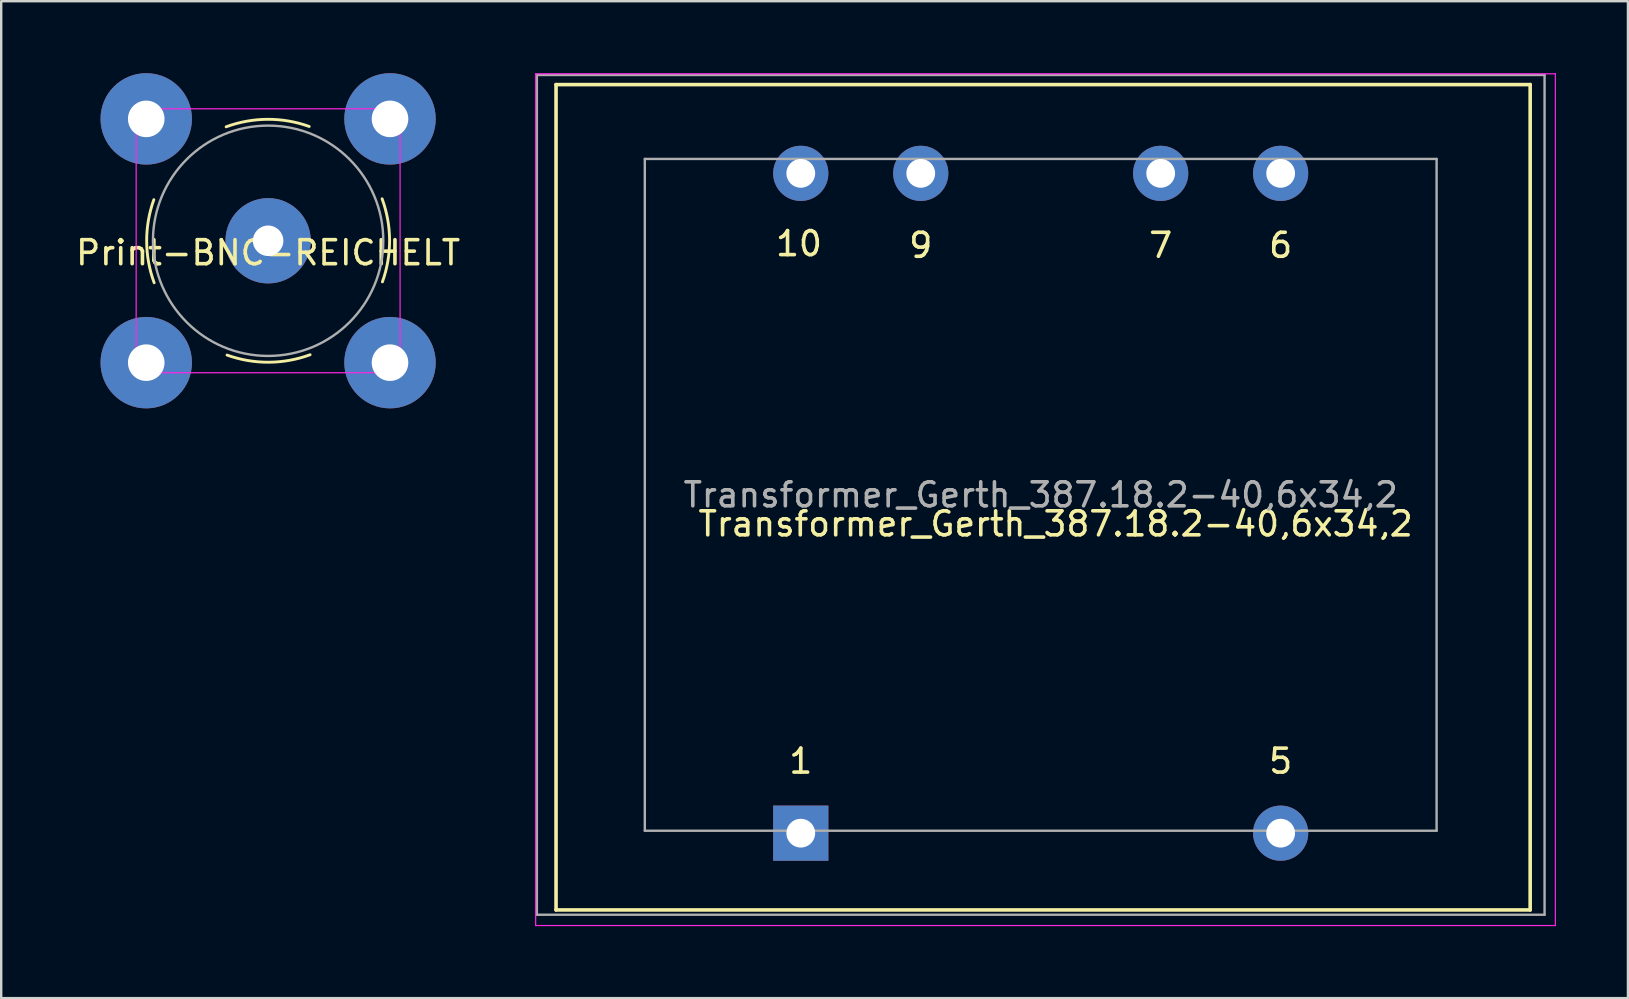
<source format=kicad_pcb>
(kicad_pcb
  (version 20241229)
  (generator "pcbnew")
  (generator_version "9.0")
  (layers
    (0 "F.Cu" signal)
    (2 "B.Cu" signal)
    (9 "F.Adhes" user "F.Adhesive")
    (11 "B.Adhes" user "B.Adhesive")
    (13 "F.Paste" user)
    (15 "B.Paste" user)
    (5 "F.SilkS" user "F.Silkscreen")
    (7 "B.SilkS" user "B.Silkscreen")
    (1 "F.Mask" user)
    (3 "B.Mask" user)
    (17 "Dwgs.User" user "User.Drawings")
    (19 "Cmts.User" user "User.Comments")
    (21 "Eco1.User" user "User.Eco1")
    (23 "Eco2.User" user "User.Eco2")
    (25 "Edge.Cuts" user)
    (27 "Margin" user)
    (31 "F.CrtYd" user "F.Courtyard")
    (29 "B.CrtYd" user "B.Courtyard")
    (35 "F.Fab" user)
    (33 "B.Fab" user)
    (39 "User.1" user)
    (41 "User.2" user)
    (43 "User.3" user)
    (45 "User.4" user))
  (footprint "Print-BNC-REICHELT"
    (layer "F.Cu")
    (at 8.125 6.985)
    (property "Reference" "Print-BNC-REICHELT" (at 0 0.5 0) (layer "F.SilkS") (effects (font (size 1 1) (thickness 0.15))))
    (attr through_hole)
    (fp_arc (start -4.75 1.75) (mid -5.062075 0.019867) (end -4.763589 -1.712663) (stroke (width 0.12) (type solid)) (layer "F.SilkS"))
    (fp_arc (start -1.75 -4.75) (mid -0.019867 -5.062075) (end 1.712663 -4.763589) (stroke (width 0.12) (type solid)) (layer "F.SilkS"))
    (fp_arc (start 1.75 4.75) (mid 0.019867 5.062075) (end -1.712663 4.763589) (stroke (width 0.12) (type solid)) (layer "F.SilkS"))
    (fp_arc (start 4.75 -1.75) (mid 5.062075 -0.019867) (end 4.763589 1.712663) (stroke (width 0.12) (type solid)) (layer "F.SilkS"))
    (fp_line (start -5.5 -5.5) (end 5.5 -5.5) (stroke (width 0.05) (type solid)) (layer "F.CrtYd"))
    (fp_line (start -5.5 5.5) (end -5.5 -5.5) (stroke (width 0.05) (type solid)) (layer "F.CrtYd"))
    (fp_line (start 5.5 -5.5) (end 5.5 5.5) (stroke (width 0.05) (type solid)) (layer "F.CrtYd"))
    (fp_line (start 5.5 5.5) (end -5.5 5.5) (stroke (width 0.05) (type solid)) (layer "F.CrtYd"))
    (fp_circle (center 0 0) (end 4.8 0) (stroke (width 0.1) (type solid)) (fill no) (layer "F.Fab"))
    (pad "1" thru_hole circle (at 0 0) (size 3.556 3.556) (drill 1.27) (layers "*.Cu" "*.Mask"))
    (pad "2" thru_hole circle (at -5.08 -5.08) (size 3.81 3.81) (drill 1.524) (layers "*.Cu" "*.Mask"))
    (pad "2" thru_hole circle (at -5.08 5.08) (size 3.81 3.81) (drill 1.524) (layers "*.Cu" "*.Mask"))
    (pad "2" thru_hole circle (at 5.08 -5.08) (size 3.81 3.81) (drill 1.524) (layers "*.Cu" "*.Mask"))
    (pad "2" thru_hole circle (at 5.08 5.08) (size 3.81 3.81) (drill 1.524) (layers "*.Cu" "*.Mask")))
  (footprint "Transformer_Gerth_387.18.2-40,6x34,2"
    (layer "F.Cu")
    (at 30.325 31.675)
    (property "Reference" "Transformer_Gerth_387.18.2-40,6x34,2" (at 10.622 -12.89 0) (layer "F.SilkS") (effects (font (size 1 1) (thickness 0.15))))
    (attr through_hole)
    (fp_line (start -10.2 -31.2) (end 30.4 -31.2) (stroke (width 0.15) (type solid)) (layer "F.SilkS"))
    (fp_line (start -10.2 3.2) (end -10.2 -31.2) (stroke (width 0.15) (type solid)) (layer "F.SilkS"))
    (fp_line (start 30.4 -31.2) (end 30.4 3.2) (stroke (width 0.15) (type solid)) (layer "F.SilkS"))
    (fp_line (start 30.4 3.2) (end -10.2 3.2) (stroke (width 0.15) (type solid)) (layer "F.SilkS"))
    (fp_line (start -11.05 -31.65) (end -11.05 3.85) (stroke (width 0.05) (type solid)) (layer "F.CrtYd"))
    (fp_line (start -11.05 -31.65) (end 31.45 -31.65) (stroke (width 0.05) (type solid)) (layer "F.CrtYd"))
    (fp_line (start 31.45 3.85) (end -11.05 3.85) (stroke (width 0.05) (type solid)) (layer "F.CrtYd"))
    (fp_line (start 31.45 3.85) (end 31.45 -31.65) (stroke (width 0.05) (type solid)) (layer "F.CrtYd"))
    (fp_line (start -11 -31.6) (end 31 -31.6) (stroke (width 0.1) (type solid)) (layer "F.Fab"))
    (fp_line (start -11 3.4) (end -11 -31.6) (stroke (width 0.1) (type solid)) (layer "F.Fab"))
    (fp_line (start -6.5 -28.1) (end -6.5 -0.1) (stroke (width 0.1) (type solid)) (layer "F.Fab"))
    (fp_line (start -6.5 -0.1) (end 26.5 -0.1) (stroke (width 0.1) (type solid)) (layer "F.Fab"))
    (fp_line (start 26.5 -28.1) (end -6.5 -28.1) (stroke (width 0.1) (type solid)) (layer "F.Fab"))
    (fp_line (start 26.5 -0.1) (end 26.5 -28.1) (stroke (width 0.1) (type solid)) (layer "F.Fab"))
    (fp_line (start 31 -31.6) (end 31 3.4) (stroke (width 0.1) (type solid)) (layer "F.Fab"))
    (fp_line (start 31 3.4) (end -11 3.4) (stroke (width 0.1) (type solid)) (layer "F.Fab"))
    (fp_text user "9" (at 5 -24.5 0) (layer "F.SilkS") (effects (font (size 1 1) (thickness 0.15))))
    (fp_text user "1" (at 0 -3 0) (layer "F.SilkS") (effects (font (size 1 1) (thickness 0.15))))
    (fp_text user "5" (at 20 -3 0) (layer "F.SilkS") (effects (font (size 1 1) (thickness 0.15))))
    (fp_text user "10" (at -0.076 -24.569 0) (layer "F.SilkS") (effects (font (size 1 1) (thickness 0.15))))
    (fp_text user "7" (at 15 -24.5 0) (layer "F.SilkS") (effects (font (size 1 1) (thickness 0.15))))
    (fp_text user "6" (at 20 -24.5 0) (layer "F.SilkS") (effects (font (size 1 1) (thickness 0.15))))
    (fp_text user "${REFERENCE}" (at 10 -14.1 0) (layer "F.Fab") (effects (font (size 1 1) (thickness 0.15))))
    (pad "1" thru_hole rect (at 0 0) (size 2.3 2.3) (drill 1.2) (layers "*.Cu" "*.Mask"))
    (pad "5" thru_hole circle (at 20 0) (size 2.3 2.3) (drill 1.2) (layers "*.Cu" "*.Mask"))
    (pad "6" thru_hole circle (at 20 -27.5) (size 2.3 2.3) (drill 1.2) (layers "*.Cu" "*.Mask"))
    (pad "7" thru_hole circle (at 15 -27.5) (size 2.3 2.3) (drill 1.2) (layers "*.Cu" "*.Mask"))
    (pad "9" thru_hole circle (at 5 -27.5) (size 2.3 2.3) (drill 1.2) (layers "*.Cu" "*.Mask"))
    (pad "10" thru_hole circle (at 0 -27.5) (size 2.3 2.3) (drill 1.2) (layers "*.Cu" "*.Mask")))
  (gr_rect
    (start -3 -3)
    (end 64.8 38.55)
    (stroke (width 0.1) (type default))
    (fill no)
    (layer "Edge.Cuts")))
</source>
